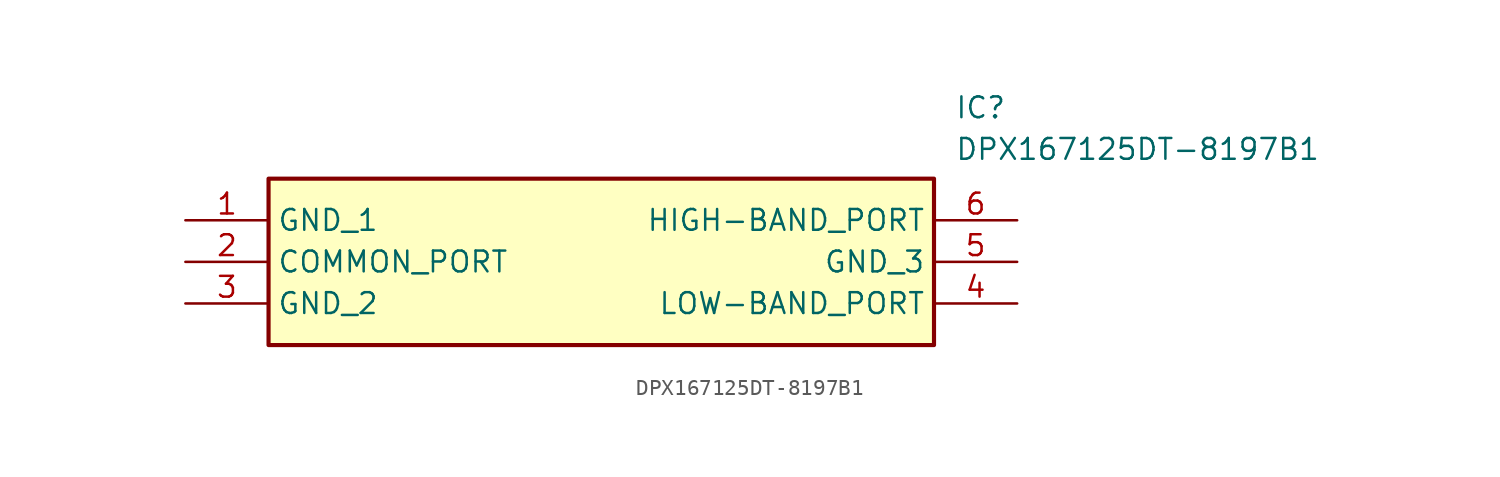
<source format=kicad_sym>
(kicad_symbol_lib
  (version 20211014)
  (generator SamacSys_ECAD_Model)
  (symbol "DPX167125DT-8197B1"
    (property "Reference" "IC"
      (at 46.99 7.62 0)
      (effects (font (size 1.27 1.27)) (justify left top)))
    (property "Value" "DPX167125DT-8197B1"
      (at 46.99 5.08 0)
      (effects (font (size 1.27 1.27)) (justify left top)))
    (rectangle
      (start 5.08 2.54)
      (end 45.72 -7.62)
      (stroke (width 0.254) (type default))
      (fill (type background)))
    (pin passive line
      (at 0 0 0)
      (length 5.08)
      (name "GND_1" (effects (font (size 1.27 1.27))))
      (number "1" (effects (font (size 1.27 1.27)))))
    (pin passive line
      (at 0 -2.54 0)
      (length 5.08)
      (name "COMMON_PORT" (effects (font (size 1.27 1.27))))
      (number "2" (effects (font (size 1.27 1.27)))))
    (pin passive line
      (at 0 -5.08 0)
      (length 5.08)
      (name "GND_2" (effects (font (size 1.27 1.27))))
      (number "3" (effects (font (size 1.27 1.27)))))
    (pin passive line
      (at 50.8 -5.08 180)
      (length 5.08)
      (name "LOW-BAND_PORT" (effects (font (size 1.27 1.27))))
      (number "4" (effects (font (size 1.27 1.27)))))
    (pin passive line
      (at 50.8 -2.54 180)
      (length 5.08)
      (name "GND_3" (effects (font (size 1.27 1.27))))
      (number "5" (effects (font (size 1.27 1.27)))))
    (pin passive line
      (at 50.8 0 180)
      (length 5.08)
      (name "HIGH-BAND_PORT" (effects (font (size 1.27 1.27))))
      (number "6" (effects (font (size 1.27 1.27)))))))
</source>
